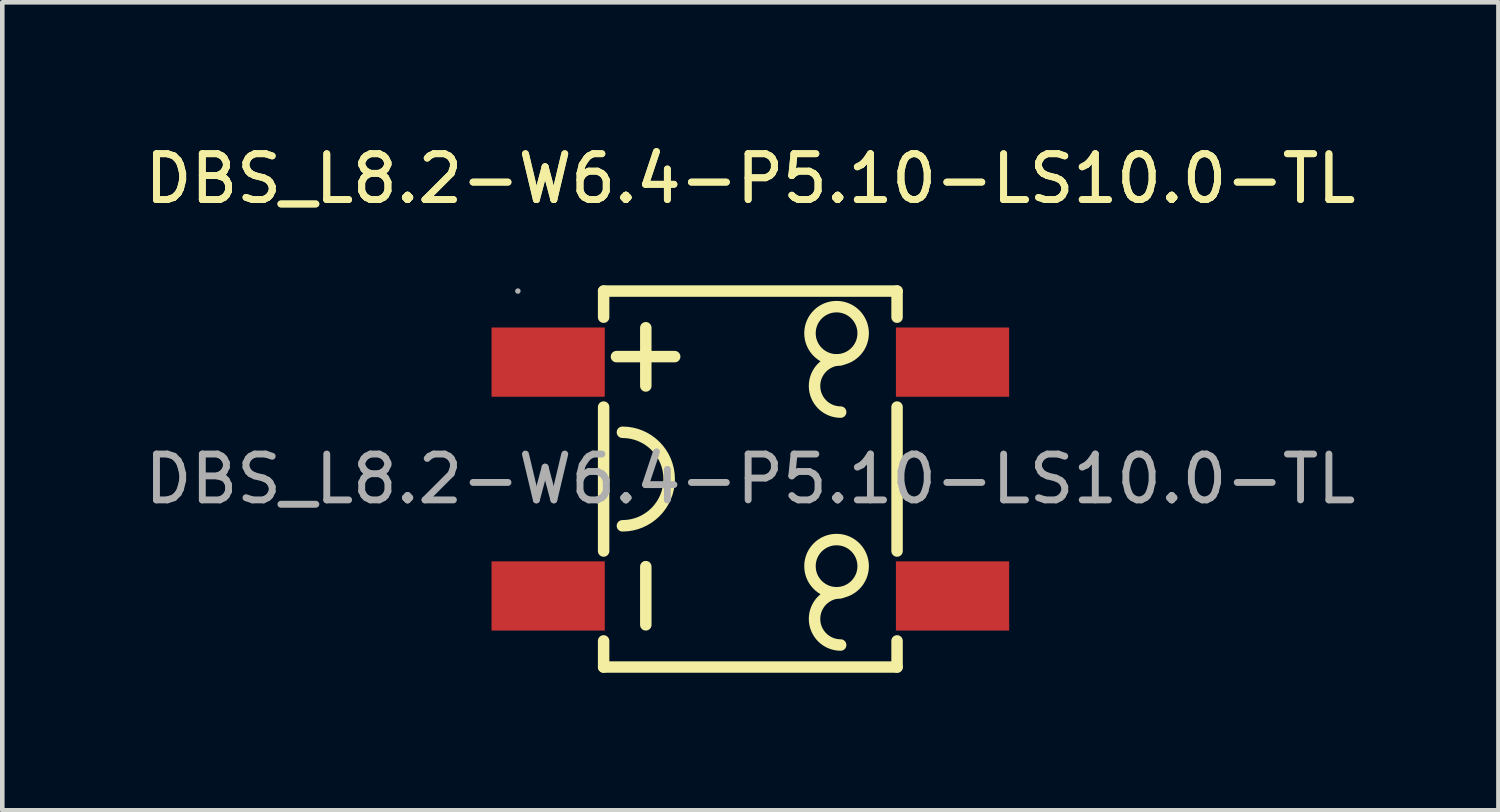
<source format=kicad_pcb>
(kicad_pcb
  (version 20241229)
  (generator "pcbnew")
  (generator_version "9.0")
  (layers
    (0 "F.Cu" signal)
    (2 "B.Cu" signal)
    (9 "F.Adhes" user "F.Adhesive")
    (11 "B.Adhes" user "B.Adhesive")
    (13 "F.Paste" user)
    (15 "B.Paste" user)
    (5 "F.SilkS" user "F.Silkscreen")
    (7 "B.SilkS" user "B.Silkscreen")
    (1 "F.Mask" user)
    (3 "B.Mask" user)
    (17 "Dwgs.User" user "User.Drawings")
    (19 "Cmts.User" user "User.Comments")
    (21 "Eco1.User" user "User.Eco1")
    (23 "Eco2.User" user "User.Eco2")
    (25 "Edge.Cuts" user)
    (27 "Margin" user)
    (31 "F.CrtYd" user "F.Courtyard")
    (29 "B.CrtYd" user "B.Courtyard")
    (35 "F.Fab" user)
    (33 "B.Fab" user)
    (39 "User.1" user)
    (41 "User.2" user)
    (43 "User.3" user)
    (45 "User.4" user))
  (footprint "DBS_L8.2-W6.4-P5.10-LS10.0-TL"
    (layer "F.Cu")
    (at 13.315 7.398)
    (property "Reference" "DBS_L8.2-W6.4-P5.10-LS10.0-TL" (at 0 -6.55 0) (layer "F.SilkS") (effects (font (size 1 1) (thickness 0.15))))
    (attr smd)
    (fp_line (start -3.2 -3.53) (end -3.2 -4.1) (stroke (width 0.25) (type solid)) (layer "F.SilkS"))
    (fp_line (start -3.2 1.57) (end -3.2 -1.57) (stroke (width 0.25) (type solid)) (layer "F.SilkS"))
    (fp_line (start -3.2 4.1) (end -3.2 3.53) (stroke (width 0.25) (type solid)) (layer "F.SilkS"))
    (fp_line (start -2.28 -2.03) (end -2.28 -3.3) (stroke (width 0.25) (type solid)) (layer "F.SilkS"))
    (fp_line (start -2.28 3.18) (end -2.28 1.91) (stroke (width 0.25) (type solid)) (layer "F.SilkS"))
    (fp_line (start -1.65 -2.67) (end -2.92 -2.67) (stroke (width 0.25) (type solid)) (layer "F.SilkS"))
    (fp_line (start 3.2 -4.1) (end -3.2 -4.1) (stroke (width 0.25) (type solid)) (layer "F.SilkS"))
    (fp_line (start 3.2 -4.1) (end 3.2 -3.53) (stroke (width 0.25) (type solid)) (layer "F.SilkS"))
    (fp_line (start 3.2 -1.57) (end 3.2 1.57) (stroke (width 0.25) (type solid)) (layer "F.SilkS"))
    (fp_line (start 3.2 3.53) (end 3.2 4.1) (stroke (width 0.25) (type solid)) (layer "F.SilkS"))
    (fp_line (start 3.2 4.1) (end -3.2 4.1) (stroke (width 0.25) (type solid)) (layer "F.SilkS"))
    (fp_arc (start -2.79 -1.02) (mid -1.77 0) (end -2.79 1.02) (stroke (width 0.25) (type solid)) (layer "F.SilkS"))
    (fp_arc (start 1.869878 -2.600088) (mid 1.885061 -3.759978) (end 1.88 -2.6) (stroke (width 0.25) (type solid)) (layer "F.SilkS"))
    (fp_arc (start 1.869878 2.479912) (mid 1.885061 1.320022) (end 1.88 2.48) (stroke (width 0.25) (type solid)) (layer "F.SilkS"))
    (fp_arc (start 1.97 -1.46) (mid 1.4 -2.03) (end 1.97 -2.6) (stroke (width 0.25) (type solid)) (layer "F.SilkS"))
    (fp_arc (start 1.97 3.62) (mid 1.4 3.05) (end 1.97 2.48) (stroke (width 0.25) (type solid)) (layer "F.SilkS"))
    (fp_circle (center -5.07 -4.1) (end -5.04 -4.1) (stroke (width 0.06) (type solid)) (fill no) (layer "F.Fab"))
    (fp_text user "${REFERENCE}" (at 0 -6.55 0) (layer "F.SilkS") (effects (font (size 1 1) (thickness 0.15))))
    (fp_text user "${REFERENCE}" (at 0 0 0) (layer "F.Fab") (effects (font (size 1 1) (thickness 0.15))))
    (pad "1" smd rect (at -4.41 -2.55 270) (size 1.51 2.47) (layers "F.Cu" "F.Mask" "F.Paste"))
    (pad "2" smd rect (at -4.41 2.55 270) (size 1.51 2.47) (layers "F.Cu" "F.Mask" "F.Paste"))
    (pad "3" smd rect (at 4.41 2.55 270) (size 1.51 2.47) (layers "F.Cu" "F.Mask" "F.Paste"))
    (pad "4" smd rect (at 4.41 -2.55 270) (size 1.51 2.47) (layers "F.Cu" "F.Mask" "F.Paste")))
  (gr_rect
    (start -3 -3)
    (end 29.631 14.623)
    (stroke (width 0.1) (type default))
    (fill no)
    (layer "Edge.Cuts")))
</source>
